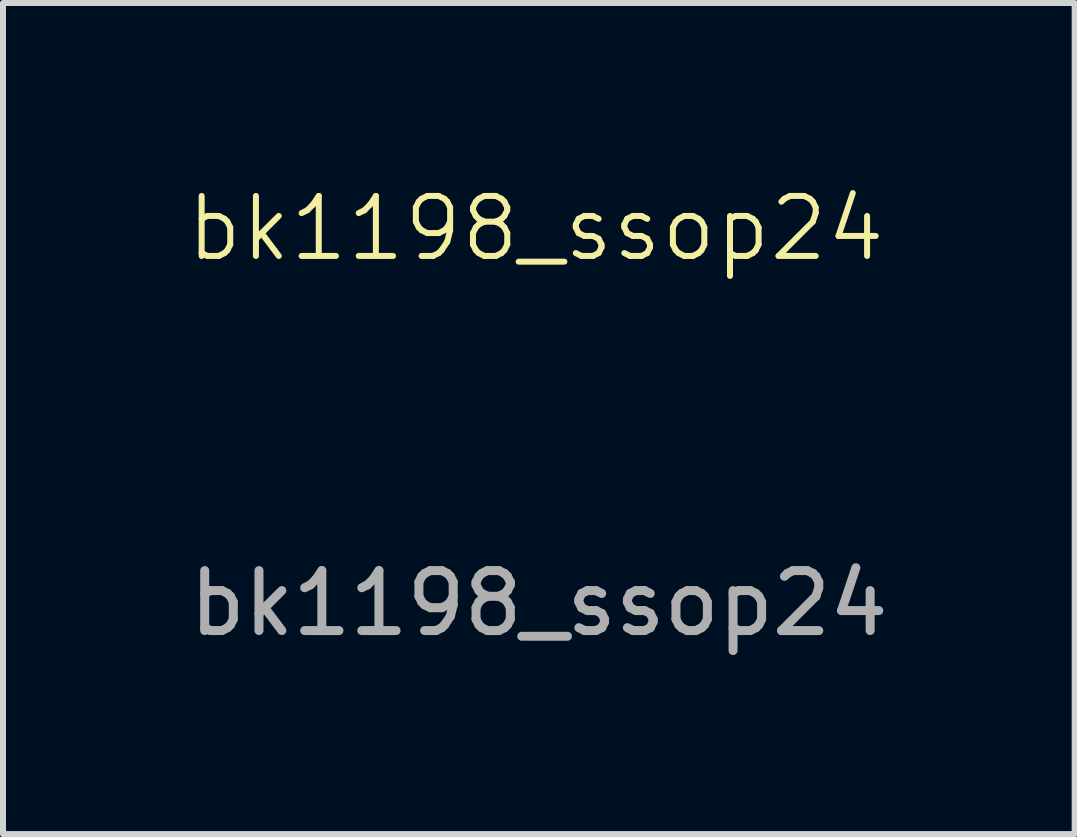
<source format=kicad_pcb>
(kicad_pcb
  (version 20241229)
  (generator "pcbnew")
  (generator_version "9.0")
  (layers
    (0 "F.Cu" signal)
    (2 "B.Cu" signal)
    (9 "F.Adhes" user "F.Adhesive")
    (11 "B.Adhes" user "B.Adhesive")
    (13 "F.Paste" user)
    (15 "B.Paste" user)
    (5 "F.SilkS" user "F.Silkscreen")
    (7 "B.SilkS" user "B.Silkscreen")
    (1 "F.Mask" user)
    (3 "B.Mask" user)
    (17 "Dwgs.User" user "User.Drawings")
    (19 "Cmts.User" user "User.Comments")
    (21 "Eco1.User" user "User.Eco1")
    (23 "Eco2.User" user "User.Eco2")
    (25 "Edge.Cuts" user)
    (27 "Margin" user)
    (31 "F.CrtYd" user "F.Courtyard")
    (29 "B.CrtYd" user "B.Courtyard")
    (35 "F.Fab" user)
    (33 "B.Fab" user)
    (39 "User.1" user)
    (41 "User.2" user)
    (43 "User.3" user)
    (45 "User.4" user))
  (footprint "bk1198_ssop24"
    (layer "F.Cu")
    (at 5.935 3.478)
    (property "Reference" "bk1198_ssop24" (at -0.051 -2.718 0) (unlocked yes) (layer "F.SilkS") (effects (font (size 1 1) (thickness 0.1))))
    (attr smd)
    (fp_text user "${REFERENCE}" (at 0 3.531 0) (unlocked yes) (layer "F.Fab") (effects (font (size 1 1) (thickness 0.15)))))
  (gr_rect
    (start -3 -3)
    (end 14.869 10.857)
    (stroke (width 0.1) (type default))
    (fill no)
    (layer "Edge.Cuts")))
</source>
